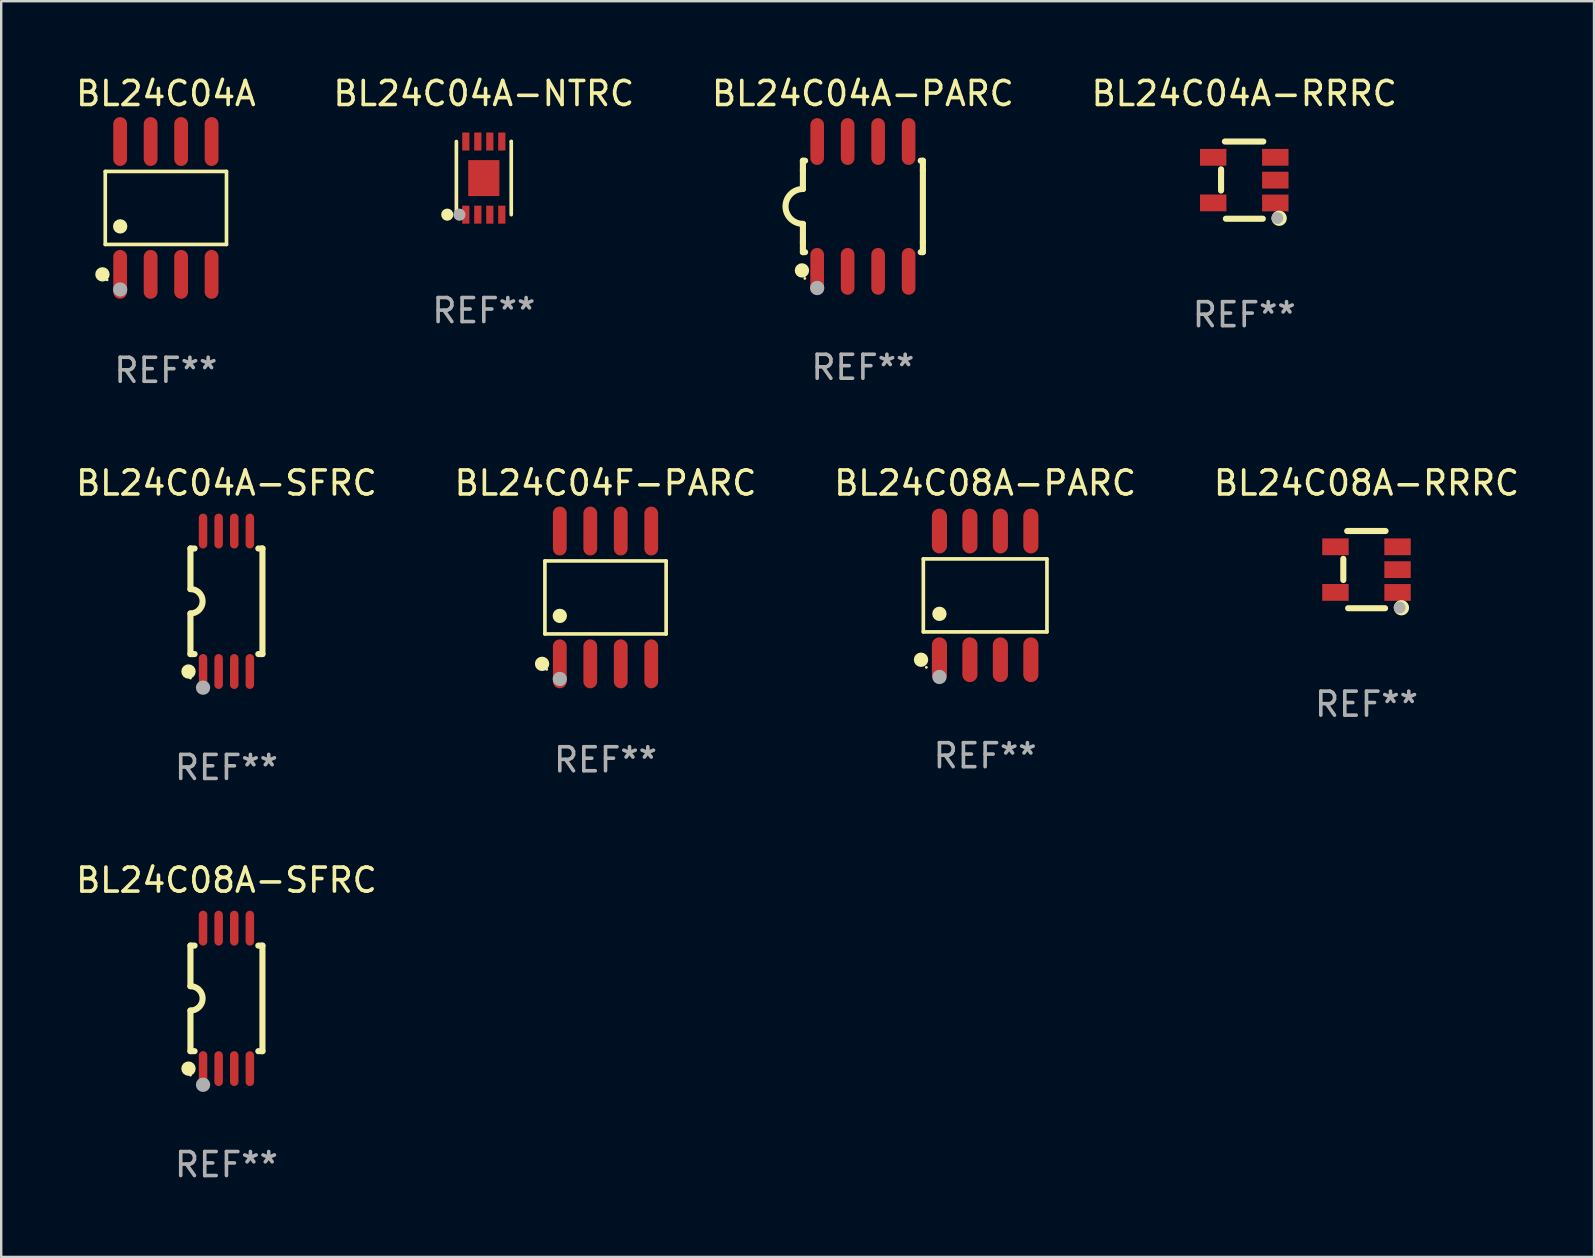
<source format=kicad_pcb>
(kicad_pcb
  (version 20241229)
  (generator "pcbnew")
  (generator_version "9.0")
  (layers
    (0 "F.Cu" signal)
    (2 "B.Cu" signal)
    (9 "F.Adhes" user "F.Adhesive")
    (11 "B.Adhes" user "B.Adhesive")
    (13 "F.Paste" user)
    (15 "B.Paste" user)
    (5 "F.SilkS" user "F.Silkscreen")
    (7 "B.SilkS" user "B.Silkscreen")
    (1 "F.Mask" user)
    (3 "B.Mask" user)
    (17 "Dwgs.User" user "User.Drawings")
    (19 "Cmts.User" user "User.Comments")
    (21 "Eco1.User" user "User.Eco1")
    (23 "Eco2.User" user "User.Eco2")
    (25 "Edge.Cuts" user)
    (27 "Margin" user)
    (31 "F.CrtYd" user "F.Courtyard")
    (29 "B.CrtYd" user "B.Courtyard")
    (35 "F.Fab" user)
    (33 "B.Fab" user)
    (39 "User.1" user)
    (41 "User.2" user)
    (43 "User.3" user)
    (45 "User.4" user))
  (footprint "BL24C04A-SFRC"
    (layer "F.Cu")
    (at 6.387 22.008)
    (property "Reference" "BL24C04A-SFRC" (at 0 -4.927 0) (layer "F.SilkS") (effects (font (size 1 1) (thickness 0.15))))
    (attr through_hole)
    (fp_line (start -1.5 -2.2) (end -1.5 -0.508) (stroke (width 0.254) (type solid)) (layer "F.SilkS"))
    (fp_line (start -1.5 -2.2) (end -1.328 -2.2) (stroke (width 0.254) (type solid)) (layer "F.SilkS"))
    (fp_line (start -1.5 2.2) (end -1.5 0.508) (stroke (width 0.254) (type solid)) (layer "F.SilkS"))
    (fp_line (start -1.5 2.2) (end -1.328 2.2) (stroke (width 0.254) (type solid)) (layer "F.SilkS"))
    (fp_line (start 1.328 -2.2) (end 1.5 -2.2) (stroke (width 0.254) (type solid)) (layer "F.SilkS"))
    (fp_line (start 1.328 2.2) (end 1.5 2.2) (stroke (width 0.254) (type solid)) (layer "F.SilkS"))
    (fp_line (start 1.5 -2.2) (end 1.5 2.2) (stroke (width 0.254) (type solid)) (layer "F.SilkS"))
    (fp_arc (start -1.501144 -0.508) (mid -0.993143 -0.000571) (end -1.5 0.508001) (stroke (width 0.254001) (type solid)) (layer "F.SilkS"))
    (fp_circle (center -1.581 2.927) (end -1.431 2.927) (stroke (width 0.3) (type solid)) (fill no) (layer "F.SilkS"))
    (fp_circle (center -1.5 3.2) (end -1.47 3.2) (stroke (width 0.06) (type solid)) (fill no) (layer "F.SilkS"))
    (fp_circle (center -0.975 3.6) (end -0.825 3.6) (stroke (width 0.3) (type solid)) (fill no) (layer "F.Fab"))
    (fp_text user "REF**" (at 0 6.927 0) (layer "F.Fab") (effects (font (size 1 1) (thickness 0.15))))
    (pad "1" smd oval (at -0.975 2.927) (size 0.353 1.454) (layers "F.Cu" "F.Mask" "F.Paste"))
    (pad "2" smd oval (at -0.325 2.927) (size 0.353 1.454) (layers "F.Cu" "F.Mask" "F.Paste"))
    (pad "3" smd oval (at 0.325 2.927) (size 0.353 1.454) (layers "F.Cu" "F.Mask" "F.Paste"))
    (pad "4" smd oval (at 0.975 2.927) (size 0.353 1.454) (layers "F.Cu" "F.Mask" "F.Paste"))
    (pad "5" smd oval (at 0.975 -2.927) (size 0.353 1.454) (layers "F.Cu" "F.Mask" "F.Paste"))
    (pad "6" smd oval (at 0.325 -2.927) (size 0.353 1.454) (layers "F.Cu" "F.Mask" "F.Paste"))
    (pad "7" smd oval (at -0.325 -2.927) (size 0.353 1.454) (layers "F.Cu" "F.Mask" "F.Paste"))
    (pad "8" smd oval (at -0.975 -2.927) (size 0.353 1.454) (layers "F.Cu" "F.Mask" "F.Paste")))
  (footprint "BL24C08A-RRRC"
    (layer "F.Cu")
    (at 53.899 20.689)
    (property "Reference" "BL24C08A-RRRC" (at 0 -3.609 0) (layer "F.SilkS") (effects (font (size 1 1) (thickness 0.15))))
    (attr through_hole)
    (fp_line (start -0.966 0.433) (end -0.966 -0.451) (stroke (width 0.254) (type solid)) (layer "F.SilkS"))
    (fp_line (start -0.806 -1.609) (end 0.794 -1.609) (stroke (width 0.254) (type solid)) (layer "F.SilkS"))
    (fp_line (start -0.766 1.609) (end 0.774 1.609) (stroke (width 0.254) (type solid)) (layer "F.SilkS"))
    (fp_circle (center 1.4 1.45) (end 1.43 1.45) (stroke (width 0.06) (type solid)) (fill no) (layer "F.SilkS"))
    (fp_circle (center 1.456 1.589) (end 1.52 1.589) (stroke (width 0.254) (type solid)) (fill no) (layer "F.SilkS"))
    (fp_circle (center 1.38 1.58) (end 1.505 1.58) (stroke (width 0.25) (type solid)) (fill no) (layer "F.Fab"))
    (fp_text user "REF**" (at 0 5.609 0) (layer "F.Fab") (effects (font (size 1 1) (thickness 0.15))))
    (pad "1" smd rect (at 1.294 0.951) (size 1.1 0.7) (layers "F.Cu" "F.Mask" "F.Paste"))
    (pad "2" smd rect (at 1.294 0.001) (size 1.1 0.7) (layers "F.Cu" "F.Mask" "F.Paste"))
    (pad "3" smd rect (at 1.294 -0.951) (size 1.1 0.7) (layers "F.Cu" "F.Mask" "F.Paste"))
    (pad "4" smd rect (at -1.294 -0.951 180) (size 1.1 0.7) (layers "F.Cu" "F.Mask" "F.Paste"))
    (pad "5" smd rect (at -1.294 0.949 180) (size 1.1 0.7) (layers "F.Cu" "F.Mask" "F.Paste")))
  (footprint "BL24C04A-RRRC"
    (layer "F.Cu")
    (at 48.804 4.457)
    (property "Reference" "BL24C04A-RRRC" (at 0 -3.609 0) (layer "F.SilkS") (effects (font (size 1 1) (thickness 0.15))))
    (attr through_hole)
    (fp_line (start -0.966 0.433) (end -0.966 -0.451) (stroke (width 0.254) (type solid)) (layer "F.SilkS"))
    (fp_line (start -0.806 -1.609) (end 0.794 -1.609) (stroke (width 0.254) (type solid)) (layer "F.SilkS"))
    (fp_line (start -0.766 1.609) (end 0.774 1.609) (stroke (width 0.254) (type solid)) (layer "F.SilkS"))
    (fp_circle (center 1.4 1.45) (end 1.43 1.45) (stroke (width 0.06) (type solid)) (fill no) (layer "F.SilkS"))
    (fp_circle (center 1.456 1.589) (end 1.52 1.589) (stroke (width 0.254) (type solid)) (fill no) (layer "F.SilkS"))
    (fp_circle (center 1.38 1.58) (end 1.505 1.58) (stroke (width 0.25) (type solid)) (fill no) (layer "F.Fab"))
    (fp_text user "REF**" (at 0 5.609 0) (layer "F.Fab") (effects (font (size 1 1) (thickness 0.15))))
    (pad "1" smd rect (at 1.294 0.951) (size 1.1 0.7) (layers "F.Cu" "F.Mask" "F.Paste"))
    (pad "2" smd rect (at 1.294 0.001) (size 1.1 0.7) (layers "F.Cu" "F.Mask" "F.Paste"))
    (pad "3" smd rect (at 1.294 -0.951) (size 1.1 0.7) (layers "F.Cu" "F.Mask" "F.Paste"))
    (pad "4" smd rect (at -1.294 -0.951 180) (size 1.1 0.7) (layers "F.Cu" "F.Mask" "F.Paste"))
    (pad "5" smd rect (at -1.294 0.949 180) (size 1.1 0.7) (layers "F.Cu" "F.Mask" "F.Paste")))
  (footprint "BL24C04A-NTRC"
    (layer "F.Cu")
    (at 17.113 4.372)
    (property "Reference" "BL24C04A-NTRC" (at 0 -3.524 0) (layer "F.SilkS") (effects (font (size 1 1) (thickness 0.15))))
    (attr through_hole)
    (fp_line (start -1.143 1.524) (end -1.143 1.524) (stroke (width 0.152) (type solid)) (layer "F.SilkS"))
    (fp_line (start -1.143 1.524) (end -1.143 -1.524) (stroke (width 0.152) (type solid)) (layer "F.SilkS"))
    (fp_line (start 1.143 -1.524) (end 1.143 1.524) (stroke (width 0.152) (type solid)) (layer "F.SilkS"))
    (fp_line (start 1.143 -1.524) (end 1.143 -1.524) (stroke (width 0.152) (type solid)) (layer "F.SilkS"))
    (fp_circle (center -1.524 1.524) (end -1.397 1.524) (stroke (width 0.254) (type solid)) (fill no) (layer "F.SilkS"))
    (fp_circle (center -1 1.5) (end -0.97 1.5) (stroke (width 0.06) (type solid)) (fill no) (layer "F.SilkS"))
    (fp_circle (center -1.016 1.524) (end -0.889 1.524) (stroke (width 0.254) (type solid)) (fill no) (layer "F.Fab"))
    (fp_text user "REF**" (at 0 5.524 0) (layer "F.Fab") (effects (font (size 1 1) (thickness 0.15))))
    (pad "1" smd rect (at -0.75 1.524) (size 0.3 0.75) (layers "F.Cu" "F.Mask" "F.Paste"))
    (pad "2" smd rect (at -0.25 1.524) (size 0.3 0.75) (layers "F.Cu" "F.Mask" "F.Paste"))
    (pad "3" smd rect (at 0.25 1.524) (size 0.3 0.75) (layers "F.Cu" "F.Mask" "F.Paste"))
    (pad "4" smd rect (at 0.75 1.524) (size 0.3 0.75) (layers "F.Cu" "F.Mask" "F.Paste"))
    (pad "5" smd rect (at 0.75 -1.524) (size 0.3 0.75) (layers "F.Cu" "F.Mask" "F.Paste"))
    (pad "6" smd rect (at 0.25 -1.524) (size 0.3 0.75) (layers "F.Cu" "F.Mask" "F.Paste"))
    (pad "7" smd rect (at -0.25 -1.524) (size 0.3 0.75) (layers "F.Cu" "F.Mask" "F.Paste"))
    (pad "8" smd rect (at -0.75 -1.524) (size 0.3 0.75) (layers "F.Cu" "F.Mask" "F.Paste"))
    (pad "9" smd rect (at -0.000254 0) (size 1.3 1.5) (layers "F.Cu" "F.Mask" "F.Paste")))
  (footprint "BL24C04F-PARC"
    (layer "F.Cu")
    (at 22.185 21.848)
    (property "Reference" "BL24C04F-PARC" (at 0 -4.768 0) (layer "F.SilkS") (effects (font (size 1 1) (thickness 0.15))))
    (attr through_hole)
    (fp_line (start -2.526 -1.521) (end 2.526 -1.521) (stroke (width 0.152) (type solid)) (layer "F.SilkS"))
    (fp_line (start -2.526 1.521) (end -2.526 -1.521) (stroke (width 0.152) (type solid)) (layer "F.SilkS"))
    (fp_line (start 2.526 -1.521) (end 2.526 1.521) (stroke (width 0.152) (type solid)) (layer "F.SilkS"))
    (fp_line (start 2.526 1.521) (end -2.526 1.521) (stroke (width 0.152) (type solid)) (layer "F.SilkS"))
    (fp_circle (center -2.644 2.768) (end -2.494 2.768) (stroke (width 0.3) (type solid)) (fill no) (layer "F.SilkS"))
    (fp_circle (center -2.45 2.998) (end -2.42 2.998) (stroke (width 0.06) (type solid)) (fill no) (layer "F.SilkS"))
    (fp_circle (center -1.905 0.769) (end -1.755 0.769) (stroke (width 0.3) (type solid)) (fill no) (layer "F.SilkS"))
    (fp_circle (center -1.905 3.398) (end -1.755 3.398) (stroke (width 0.3) (type solid)) (fill no) (layer "F.Fab"))
    (fp_text user "REF**" (at 0 6.768 0) (layer "F.Fab") (effects (font (size 1 1) (thickness 0.15))))
    (pad "1" smd oval (at -1.905 2.768) (size 0.574 2.036) (layers "F.Cu" "F.Mask" "F.Paste"))
    (pad "2" smd oval (at -0.635 2.768) (size 0.574 2.036) (layers "F.Cu" "F.Mask" "F.Paste"))
    (pad "3" smd oval (at 0.635 2.768) (size 0.574 2.036) (layers "F.Cu" "F.Mask" "F.Paste"))
    (pad "4" smd oval (at 1.905 2.768) (size 0.574 2.036) (layers "F.Cu" "F.Mask" "F.Paste"))
    (pad "5" smd oval (at 1.905 -2.768) (size 0.574 2.036) (layers "F.Cu" "F.Mask" "F.Paste"))
    (pad "6" smd oval (at 0.635 -2.768) (size 0.574 2.036) (layers "F.Cu" "F.Mask" "F.Paste"))
    (pad "7" smd oval (at -0.635 -2.768) (size 0.574 2.036) (layers "F.Cu" "F.Mask" "F.Paste"))
    (pad "8" smd oval (at -1.905 -2.768) (size 0.574 2.036) (layers "F.Cu" "F.Mask" "F.Paste")))
  (footprint "BL24C08A-SFRC"
    (layer "F.Cu")
    (at 6.387 38.558)
    (property "Reference" "BL24C08A-SFRC" (at 0 -4.927 0) (layer "F.SilkS") (effects (font (size 1 1) (thickness 0.15))))
    (attr through_hole)
    (fp_line (start -1.5 -2.2) (end -1.5 -0.508) (stroke (width 0.254) (type solid)) (layer "F.SilkS"))
    (fp_line (start -1.5 -2.2) (end -1.328 -2.2) (stroke (width 0.254) (type solid)) (layer "F.SilkS"))
    (fp_line (start -1.5 2.2) (end -1.5 0.508) (stroke (width 0.254) (type solid)) (layer "F.SilkS"))
    (fp_line (start -1.5 2.2) (end -1.328 2.2) (stroke (width 0.254) (type solid)) (layer "F.SilkS"))
    (fp_line (start 1.328 -2.2) (end 1.5 -2.2) (stroke (width 0.254) (type solid)) (layer "F.SilkS"))
    (fp_line (start 1.328 2.2) (end 1.5 2.2) (stroke (width 0.254) (type solid)) (layer "F.SilkS"))
    (fp_line (start 1.5 -2.2) (end 1.5 2.2) (stroke (width 0.254) (type solid)) (layer "F.SilkS"))
    (fp_arc (start -1.501144 -0.508) (mid -0.993143 -0.000571) (end -1.5 0.508001) (stroke (width 0.254001) (type solid)) (layer "F.SilkS"))
    (fp_circle (center -1.581 2.927) (end -1.431 2.927) (stroke (width 0.3) (type solid)) (fill no) (layer "F.SilkS"))
    (fp_circle (center -1.5 3.2) (end -1.47 3.2) (stroke (width 0.06) (type solid)) (fill no) (layer "F.SilkS"))
    (fp_circle (center -0.975 3.6) (end -0.825 3.6) (stroke (width 0.3) (type solid)) (fill no) (layer "F.Fab"))
    (fp_text user "REF**" (at 0 6.927 0) (layer "F.Fab") (effects (font (size 1 1) (thickness 0.15))))
    (pad "1" smd oval (at -0.975 2.927) (size 0.353 1.454) (layers "F.Cu" "F.Mask" "F.Paste"))
    (pad "2" smd oval (at -0.325 2.927) (size 0.353 1.454) (layers "F.Cu" "F.Mask" "F.Paste"))
    (pad "3" smd oval (at 0.325 2.927) (size 0.353 1.454) (layers "F.Cu" "F.Mask" "F.Paste"))
    (pad "4" smd oval (at 0.975 2.927) (size 0.353 1.454) (layers "F.Cu" "F.Mask" "F.Paste"))
    (pad "5" smd oval (at 0.975 -2.927) (size 0.353 1.454) (layers "F.Cu" "F.Mask" "F.Paste"))
    (pad "6" smd oval (at 0.325 -2.927) (size 0.353 1.454) (layers "F.Cu" "F.Mask" "F.Paste"))
    (pad "7" smd oval (at -0.325 -2.927) (size 0.353 1.454) (layers "F.Cu" "F.Mask" "F.Paste"))
    (pad "8" smd oval (at -0.975 -2.927) (size 0.353 1.454) (layers "F.Cu" "F.Mask" "F.Paste")))
  (footprint "BL24C04A"
    (layer "F.Cu")
    (at 3.863 5.616)
    (property "Reference" "BL24C04A" (at 0 -4.768 0) (layer "F.SilkS") (effects (font (size 1 1) (thickness 0.15))))
    (attr through_hole)
    (fp_line (start -2.526 -1.521) (end 2.526 -1.521) (stroke (width 0.152) (type solid)) (layer "F.SilkS"))
    (fp_line (start -2.526 1.521) (end -2.526 -1.521) (stroke (width 0.152) (type solid)) (layer "F.SilkS"))
    (fp_line (start 2.526 -1.521) (end 2.526 1.521) (stroke (width 0.152) (type solid)) (layer "F.SilkS"))
    (fp_line (start 2.526 1.521) (end -2.526 1.521) (stroke (width 0.152) (type solid)) (layer "F.SilkS"))
    (fp_circle (center -2.644 2.768) (end -2.494 2.768) (stroke (width 0.3) (type solid)) (fill no) (layer "F.SilkS"))
    (fp_circle (center -2.45 2.998) (end -2.42 2.998) (stroke (width 0.06) (type solid)) (fill no) (layer "F.SilkS"))
    (fp_circle (center -1.905 0.769) (end -1.755 0.769) (stroke (width 0.3) (type solid)) (fill no) (layer "F.SilkS"))
    (fp_circle (center -1.905 3.398) (end -1.755 3.398) (stroke (width 0.3) (type solid)) (fill no) (layer "F.Fab"))
    (fp_text user "REF**" (at 0 6.768 0) (layer "F.Fab") (effects (font (size 1 1) (thickness 0.15))))
    (pad "1" smd oval (at -1.905 2.768) (size 0.574 2.036) (layers "F.Cu" "F.Mask" "F.Paste"))
    (pad "2" smd oval (at -0.635 2.768) (size 0.574 2.036) (layers "F.Cu" "F.Mask" "F.Paste"))
    (pad "3" smd oval (at 0.635 2.768) (size 0.574 2.036) (layers "F.Cu" "F.Mask" "F.Paste"))
    (pad "4" smd oval (at 1.905 2.768) (size 0.574 2.036) (layers "F.Cu" "F.Mask" "F.Paste"))
    (pad "5" smd oval (at 1.905 -2.768) (size 0.574 2.036) (layers "F.Cu" "F.Mask" "F.Paste"))
    (pad "6" smd oval (at 0.635 -2.768) (size 0.574 2.036) (layers "F.Cu" "F.Mask" "F.Paste"))
    (pad "7" smd oval (at -0.635 -2.768) (size 0.574 2.036) (layers "F.Cu" "F.Mask" "F.Paste"))
    (pad "8" smd oval (at -1.905 -2.768) (size 0.574 2.036) (layers "F.Cu" "F.Mask" "F.Paste")))
  (footprint "BL24C08A-PARC"
    (layer "F.Cu")
    (at 38.006 21.763)
    (property "Reference" "BL24C08A-PARC" (at 0 -4.682 0) (layer "F.SilkS") (effects (font (size 1 1) (thickness 0.15))))
    (attr through_hole)
    (fp_line (start -2.576 -1.521) (end 2.576 -1.521) (stroke (width 0.152) (type solid)) (layer "F.SilkS"))
    (fp_line (start -2.576 1.521) (end -2.576 -1.521) (stroke (width 0.152) (type solid)) (layer "F.SilkS"))
    (fp_line (start 2.576 -1.521) (end 2.576 1.521) (stroke (width 0.152) (type solid)) (layer "F.SilkS"))
    (fp_line (start 2.576 1.521) (end -2.576 1.521) (stroke (width 0.152) (type solid)) (layer "F.SilkS"))
    (fp_circle (center -2.672 2.682) (end -2.522 2.682) (stroke (width 0.3) (type solid)) (fill no) (layer "F.SilkS"))
    (fp_circle (center -2.45 3) (end -2.42 3) (stroke (width 0.06) (type solid)) (fill no) (layer "F.SilkS"))
    (fp_circle (center -1.905 0.769) (end -1.755 0.769) (stroke (width 0.3) (type solid)) (fill no) (layer "F.SilkS"))
    (fp_circle (center -1.905 3.4) (end -1.755 3.4) (stroke (width 0.3) (type solid)) (fill no) (layer "F.Fab"))
    (fp_text user "REF**" (at 0 6.682 0) (layer "F.Fab") (effects (font (size 1 1) (thickness 0.15))))
    (pad "1" smd oval (at -1.905 2.682) (size 0.63 1.865) (layers "F.Cu" "F.Mask" "F.Paste"))
    (pad "2" smd oval (at -0.635 2.682) (size 0.63 1.865) (layers "F.Cu" "F.Mask" "F.Paste"))
    (pad "3" smd oval (at 0.635 2.682) (size 0.63 1.865) (layers "F.Cu" "F.Mask" "F.Paste"))
    (pad "4" smd oval (at 1.905 2.682) (size 0.63 1.865) (layers "F.Cu" "F.Mask" "F.Paste"))
    (pad "5" smd oval (at 1.905 -2.682) (size 0.63 1.865) (layers "F.Cu" "F.Mask" "F.Paste"))
    (pad "6" smd oval (at 0.635 -2.682) (size 0.63 1.865) (layers "F.Cu" "F.Mask" "F.Paste"))
    (pad "7" smd oval (at -0.635 -2.682) (size 0.63 1.865) (layers "F.Cu" "F.Mask" "F.Paste"))
    (pad "8" smd oval (at -1.905 -2.682) (size 0.63 1.865) (layers "F.Cu" "F.Mask" "F.Paste")))
  (footprint "BL24C04A-PARC"
    (layer "F.Cu")
    (at 32.911 5.553)
    (property "Reference" "BL24C04A-PARC" (at 0 -4.705 0) (layer "F.SilkS") (effects (font (size 1 1) (thickness 0.15))))
    (attr through_hole)
    (fp_line (start -2.5 -1.905) (end -2.409 -1.905) (stroke (width 0.254) (type solid)) (layer "F.SilkS"))
    (fp_line (start -2.5 -1.5) (end -2.5 -1.905) (stroke (width 0.254) (type solid)) (layer "F.SilkS"))
    (fp_line (start -2.5 -1.5) (end -2.5 -0.726) (stroke (width 0.254) (type solid)) (layer "F.SilkS"))
    (fp_line (start -2.5 1.5) (end -2.5 0.727) (stroke (width 0.254) (type solid)) (layer "F.SilkS"))
    (fp_line (start -2.5 1.5) (end -2.5 1.905) (stroke (width 0.254) (type solid)) (layer "F.SilkS"))
    (fp_line (start -2.5 1.905) (end -2.409 1.905) (stroke (width 0.254) (type solid)) (layer "F.SilkS"))
    (fp_line (start 2.5 -1.905) (end 2.409 -1.905) (stroke (width 0.254) (type solid)) (layer "F.SilkS"))
    (fp_line (start 2.5 -1.5) (end 2.5 -1.905) (stroke (width 0.254) (type solid)) (layer "F.SilkS"))
    (fp_line (start 2.5 -1.5) (end 2.5 1.5) (stroke (width 0.254) (type solid)) (layer "F.SilkS"))
    (fp_line (start 2.5 1.5) (end 2.5 1.905) (stroke (width 0.254) (type solid)) (layer "F.SilkS"))
    (fp_line (start 2.5 1.905) (end 2.409 1.905) (stroke (width 0.254) (type solid)) (layer "F.SilkS"))
    (fp_arc (start -2.5 0.726568) (mid -3.220316 -0.0023) (end -2.495097 -0.726289) (stroke (width 0.254001) (type solid)) (layer "F.SilkS"))
    (fp_circle (center -2.54 2.667) (end -2.39 2.667) (stroke (width 0.3) (type solid)) (fill no) (layer "F.SilkS"))
    (fp_circle (center -2.42 3) (end -2.39 3) (stroke (width 0.06) (type solid)) (fill no) (layer "F.SilkS"))
    (fp_circle (center -1.905 3.4) (end -1.755 3.4) (stroke (width 0.3) (type solid)) (fill no) (layer "F.Fab"))
    (fp_text user "REF**" (at 0 6.705 0) (layer "F.Fab") (effects (font (size 1 1) (thickness 0.15))))
    (pad "1" smd oval (at -1.905 2.705) (size 0.568 1.95) (layers "F.Cu" "F.Mask" "F.Paste"))
    (pad "2" smd oval (at -0.635 2.705) (size 0.568 1.95) (layers "F.Cu" "F.Mask" "F.Paste"))
    (pad "3" smd oval (at 0.635 2.705) (size 0.568 1.95) (layers "F.Cu" "F.Mask" "F.Paste"))
    (pad "4" smd oval (at 1.905 2.705) (size 0.568 1.95) (layers "F.Cu" "F.Mask" "F.Paste"))
    (pad "5" smd oval (at 1.905 -2.705) (size 0.568 1.95) (layers "F.Cu" "F.Mask" "F.Paste"))
    (pad "6" smd oval (at 0.635 -2.705) (size 0.568 1.95) (layers "F.Cu" "F.Mask" "F.Paste"))
    (pad "7" smd oval (at -0.635 -2.705) (size 0.568 1.95) (layers "F.Cu" "F.Mask" "F.Paste"))
    (pad "8" smd oval (at -1.905 -2.705) (size 0.568 1.95) (layers "F.Cu" "F.Mask" "F.Paste")))
  (gr_rect
    (start -3 -3)
    (end 63.381 49.334)
    (stroke (width 0.1) (type default))
    (fill no)
    (layer "Edge.Cuts")))
</source>
